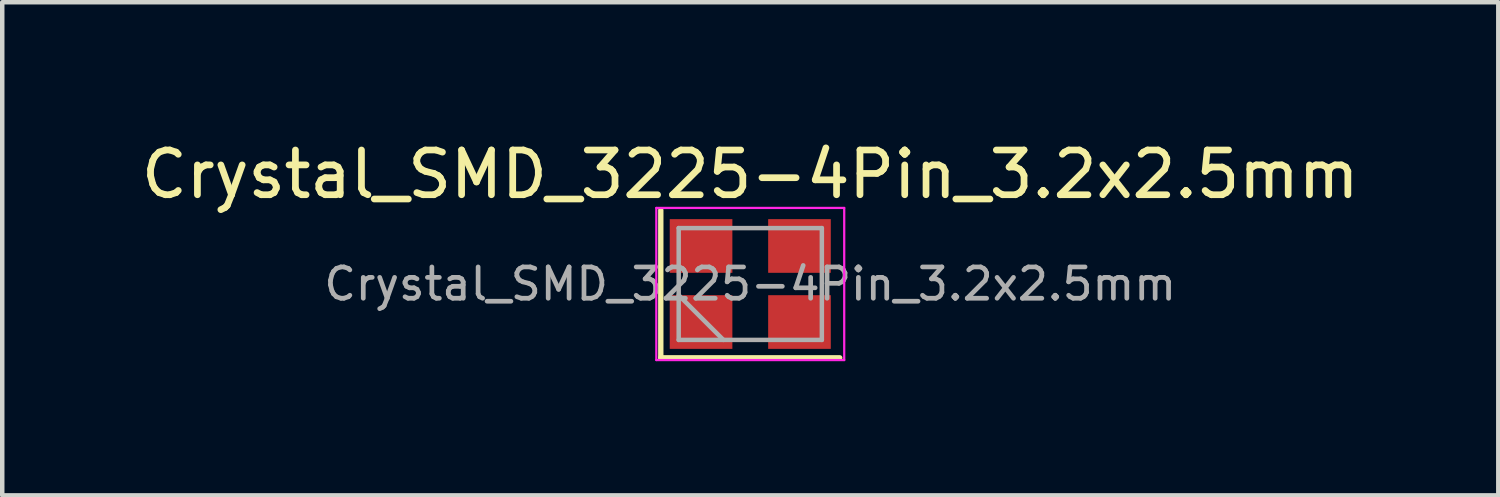
<source format=kicad_pcb>
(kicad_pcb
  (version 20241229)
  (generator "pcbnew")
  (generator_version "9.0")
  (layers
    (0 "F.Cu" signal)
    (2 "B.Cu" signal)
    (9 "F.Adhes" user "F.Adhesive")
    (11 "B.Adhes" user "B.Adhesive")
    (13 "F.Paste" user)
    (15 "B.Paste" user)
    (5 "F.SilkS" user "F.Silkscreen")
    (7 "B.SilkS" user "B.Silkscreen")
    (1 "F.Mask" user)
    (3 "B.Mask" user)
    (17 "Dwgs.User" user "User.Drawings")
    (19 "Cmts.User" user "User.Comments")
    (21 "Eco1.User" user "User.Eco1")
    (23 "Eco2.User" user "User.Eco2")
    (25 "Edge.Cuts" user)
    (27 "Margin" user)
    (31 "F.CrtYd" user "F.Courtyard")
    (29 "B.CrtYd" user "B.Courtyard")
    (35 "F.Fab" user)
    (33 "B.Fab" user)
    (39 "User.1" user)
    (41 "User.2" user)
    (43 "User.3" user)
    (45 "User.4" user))
  (footprint "Crystal_SMD_3225-4Pin_3.2x2.5mm"
    (layer "F.Cu")
    (at 13.72 3.298)
    (property "Reference" "Crystal_SMD_3225-4Pin_3.2x2.5mm" (at 0 -2.45 0) (layer "F.SilkS") (effects (font (size 1 1) (thickness 0.15))))
    (attr smd)
    (fp_line (start -2 -1.65) (end -2 1.65) (stroke (width 0.12) (type solid)) (layer "F.SilkS"))
    (fp_line (start -2 1.65) (end 2 1.65) (stroke (width 0.12) (type solid)) (layer "F.SilkS"))
    (fp_line (start -2.1 -1.7) (end -2.1 1.7) (stroke (width 0.05) (type solid)) (layer "F.CrtYd"))
    (fp_line (start -2.1 1.7) (end 2.1 1.7) (stroke (width 0.05) (type solid)) (layer "F.CrtYd"))
    (fp_line (start 2.1 -1.7) (end -2.1 -1.7) (stroke (width 0.05) (type solid)) (layer "F.CrtYd"))
    (fp_line (start 2.1 1.7) (end 2.1 -1.7) (stroke (width 0.05) (type solid)) (layer "F.CrtYd"))
    (fp_line (start -1.6 -1.25) (end -1.6 1.25) (stroke (width 0.1) (type solid)) (layer "F.Fab"))
    (fp_line (start -1.6 0.25) (end -0.6 1.25) (stroke (width 0.1) (type solid)) (layer "F.Fab"))
    (fp_line (start -1.6 1.25) (end 1.6 1.25) (stroke (width 0.1) (type solid)) (layer "F.Fab"))
    (fp_line (start 1.6 -1.25) (end -1.6 -1.25) (stroke (width 0.1) (type solid)) (layer "F.Fab"))
    (fp_line (start 1.6 1.25) (end 1.6 -1.25) (stroke (width 0.1) (type solid)) (layer "F.Fab"))
    (fp_text user "${REFERENCE}" (at 0 0 0) (layer "F.Fab") (effects (font (size 0.7 0.7) (thickness 0.105))))
    (pad "1" smd rect (at -1.1 -0.85) (size 1.4 1.2) (layers "F.Cu" "F.Mask" "F.Paste"))
    (pad "1" smd rect (at -1.1 0.85) (size 1.4 1.2) (layers "F.Cu" "F.Mask" "F.Paste"))
    (pad "2" smd rect (at 1.1 -0.85) (size 1.4 1.2) (layers "F.Cu" "F.Mask" "F.Paste"))
    (pad "2" smd rect (at 1.1 0.85) (size 1.4 1.2) (layers "F.Cu" "F.Mask" "F.Paste")))
  (gr_rect
    (start -3 -3)
    (end 30.44 8.023)
    (stroke (width 0.1) (type default))
    (fill no)
    (layer "Edge.Cuts")))
</source>
